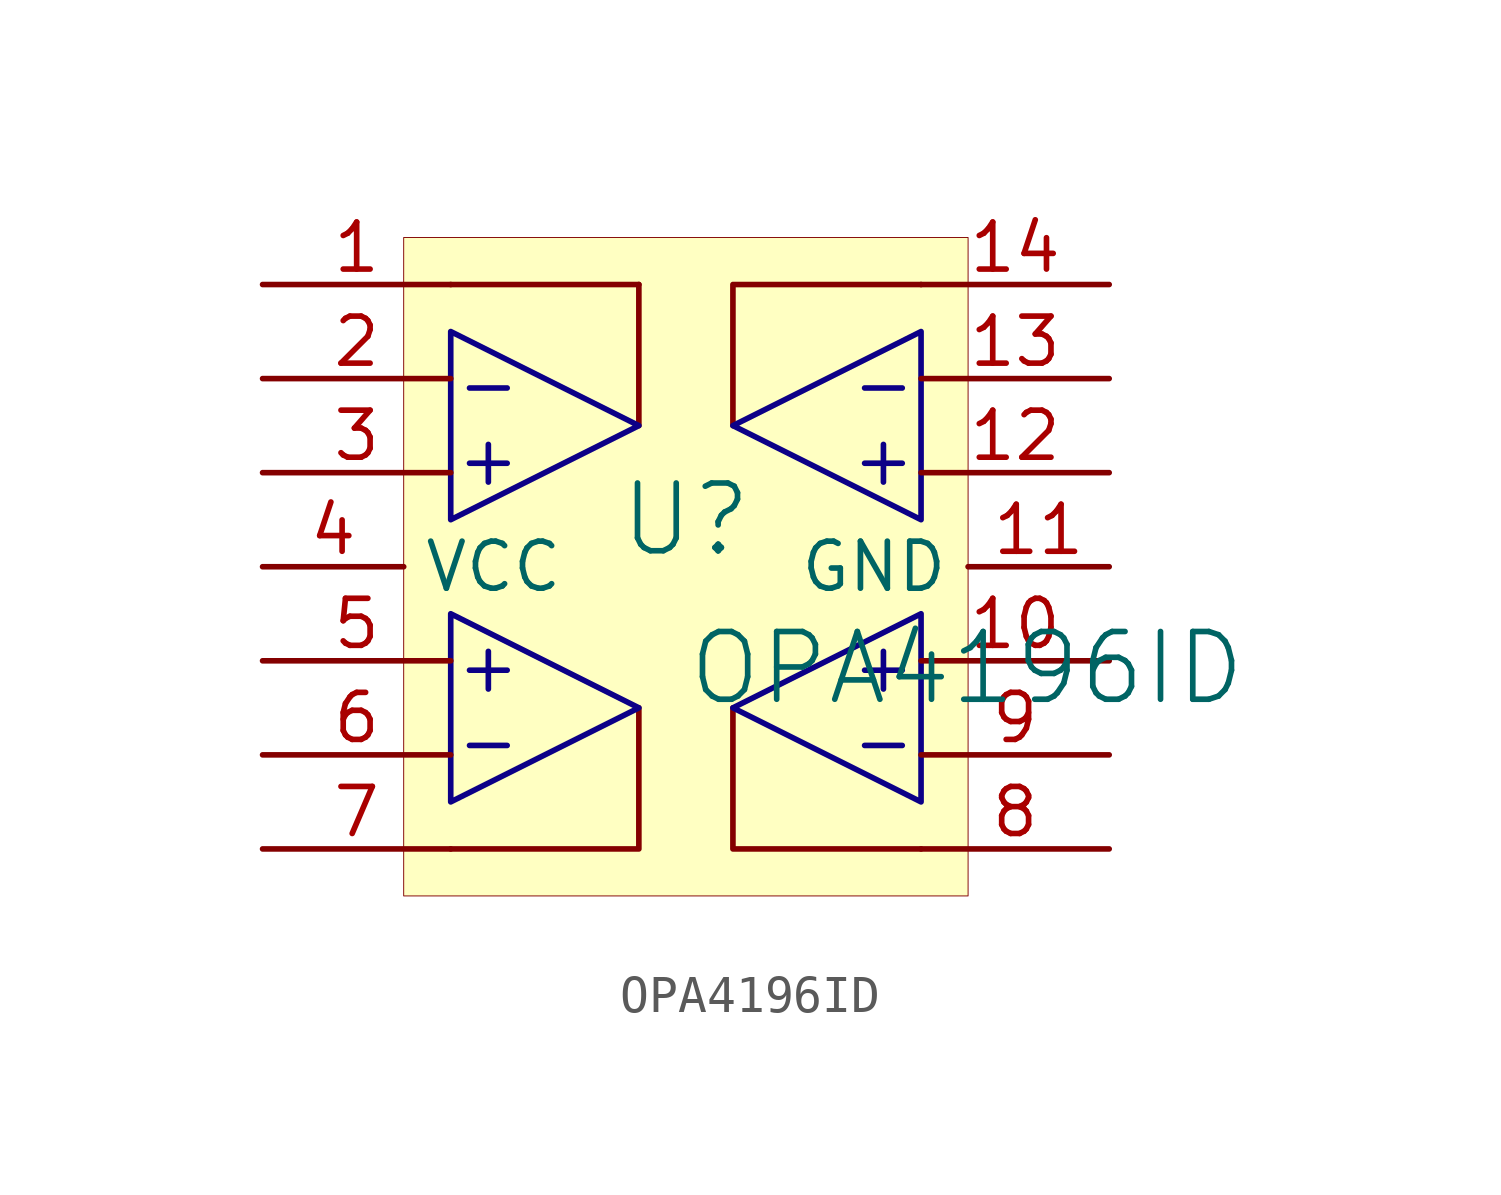
<source format=kicad_sym>
(kicad_symbol_lib
  (version 20241209)
  (generator "kicad_symbol_editor")
  (generator_version "9.0")
  (symbol "OPA4196ID"
    (property "Reference" "U"
      (at -1.27 1.27 0)
      (effects (font (size 1.829 1.829))))
    (property "Value" "OPA4196ID"
      (at -1.27 -3.81 0)
      (effects (font (size 1.829 1.829)) (justify left bottom)))
    (symbol "OPA4196ID_1_0"
      (polyline (pts (xy -7.62 7.62) (xy -2.54 7.62)) (stroke (width 0) (type solid)) (fill (type none)))
      (polyline (pts (xy -7.112 4.826) (xy -6.096 4.826)) (stroke (width 0) (type solid) (color 12 0 135 1)) (fill (type none)))
      (polyline (pts (xy -7.112 2.794) (xy -6.096 2.794)) (stroke (width 0) (type solid) (color 12 0 135 1)) (fill (type none)))
      (polyline (pts (xy -7.112 -2.794) (xy -6.096 -2.794)) (stroke (width 0) (type solid) (color 12 0 135 1)) (fill (type none)))
      (polyline (pts (xy -7.112 -4.826) (xy -6.096 -4.826)) (stroke (width 0) (type solid) (color 12 0 135 1)) (fill (type none)))
      (polyline (pts (xy -6.604 2.286) (xy -6.604 3.302)) (stroke (width 0) (type solid) (color 12 0 135 1)) (fill (type none)))
      (polyline (pts (xy -6.604 -3.302) (xy -6.604 -2.286)) (stroke (width 0) (type solid) (color 12 0 135 1)) (fill (type none)))
      (polyline (pts (xy -2.54 3.81) (xy -2.54 7.62)) (stroke (width 0) (type solid)) (fill (type none)))
      (polyline (pts (xy -2.54 3.81) (xy -7.62 1.27) (xy -7.62 6.35) (xy -2.54 3.81)) (stroke (width 0) (type solid) (color 12 0 135 1)) (fill (type none)))
      (polyline (pts (xy -2.54 -3.81) (xy -2.54 -7.62) (xy -7.62 -7.62)) (stroke (width 0) (type solid)) (fill (type none)))
      (polyline (pts (xy -2.54 -3.81) (xy -7.62 -6.35) (xy -7.62 -1.27) (xy -2.54 -3.81)) (stroke (width 0) (type solid) (color 12 0 135 1)) (fill (type none)))
      (polyline (pts (xy 0 3.81) (xy 0 7.62) (xy 5.08 7.62)) (stroke (width 0) (type solid)) (fill (type none)))
      (polyline (pts (xy 0 3.81) (xy 5.08 6.35) (xy 5.08 1.27) (xy 0 3.81)) (stroke (width 0) (type solid) (color 12 0 135 1)) (fill (type none)))
      (polyline (pts (xy 0 -3.81) (xy 0 -7.62) (xy 5.08 -7.62)) (stroke (width 0) (type solid)) (fill (type none)))
      (polyline (pts (xy 0 -3.81) (xy 5.08 -1.27) (xy 5.08 -6.35) (xy 0 -3.81)) (stroke (width 0) (type solid) (color 12 0 135 1)) (fill (type none)))
      (polyline (pts (xy 4.064 3.302) (xy 4.064 2.286)) (stroke (width 0) (type solid) (color 12 0 135 1)) (fill (type none)))
      (polyline (pts (xy 4.064 -2.286) (xy 4.064 -3.302)) (stroke (width 0) (type solid) (color 12 0 135 1)) (fill (type none)))
      (polyline (pts (xy 4.572 4.826) (xy 3.556 4.826)) (stroke (width 0) (type solid) (color 12 0 135 1)) (fill (type none)))
      (polyline (pts (xy 4.572 2.794) (xy 3.556 2.794)) (stroke (width 0) (type solid) (color 12 0 135 1)) (fill (type none)))
      (polyline (pts (xy 4.572 -2.794) (xy 3.556 -2.794)) (stroke (width 0) (type solid) (color 12 0 135 1)) (fill (type none)))
      (polyline (pts (xy 4.572 -4.826) (xy 3.556 -4.826)) (stroke (width 0) (type solid) (color 12 0 135 1)) (fill (type none)))
      (rectangle (start 6.35 8.89) (end -8.89 -8.89) (stroke (width 0.025) (type solid) (color 128 0 0 1)) (fill (type background)))
      (pin passive line (at -12.7 7.62 0) (length 5.08) (name "" (effects (font (size 1.27 1.27)))) (number "1" (effects (font (size 1.27 1.27)))))
      (pin passive line (at -12.7 5.08 0) (length 5.08) (name "" (effects (font (size 1.27 1.27)))) (number "2" (effects (font (size 1.27 1.27)))))
      (pin passive line (at -12.7 2.54 0) (length 5.08) (name "" (effects (font (size 1.27 1.27)))) (number "3" (effects (font (size 1.27 1.27)))))
      (pin passive line (at -12.7 0 0) (length 3.81) (name "VCC" (effects (font (size 1.27 1.27)))) (number "4" (effects (font (size 1.27 1.27)))))
      (pin passive line (at -12.7 -2.54 0) (length 5.08) (name "" (effects (font (size 1.27 1.27)))) (number "5" (effects (font (size 1.27 1.27)))))
      (pin passive line (at -12.7 -5.08 0) (length 5.08) (name "" (effects (font (size 1.27 1.27)))) (number "6" (effects (font (size 1.27 1.27)))))
      (pin passive line (at -12.7 -7.62 0) (length 5.08) (name "" (effects (font (size 1.27 1.27)))) (number "7" (effects (font (size 1.27 1.27)))))
      (pin passive line (at 10.16 7.62 180) (length 5.08) (name "" (effects (font (size 1.27 1.27)))) (number "14" (effects (font (size 1.27 1.27)))))
      (pin passive line (at 10.16 5.08 180) (length 5.08) (name "" (effects (font (size 1.27 1.27)))) (number "13" (effects (font (size 1.27 1.27)))))
      (pin passive line (at 10.16 2.54 180) (length 5.08) (name "" (effects (font (size 1.27 1.27)))) (number "12" (effects (font (size 1.27 1.27)))))
      (pin passive line (at 10.16 0 180) (length 3.81) (name "GND" (effects (font (size 1.27 1.27)))) (number "11" (effects (font (size 1.27 1.27)))))
      (pin passive line (at 10.16 -2.54 180) (length 5.08) (name "" (effects (font (size 1.27 1.27)))) (number "10" (effects (font (size 1.27 1.27)))))
      (pin passive line (at 10.16 -5.08 180) (length 5.08) (name "" (effects (font (size 1.27 1.27)))) (number "9" (effects (font (size 1.27 1.27)))))
      (pin passive line (at 10.16 -7.62 180) (length 5.08) (name "" (effects (font (size 1.27 1.27)))) (number "8" (effects (font (size 1.27 1.27))))))))
</source>
